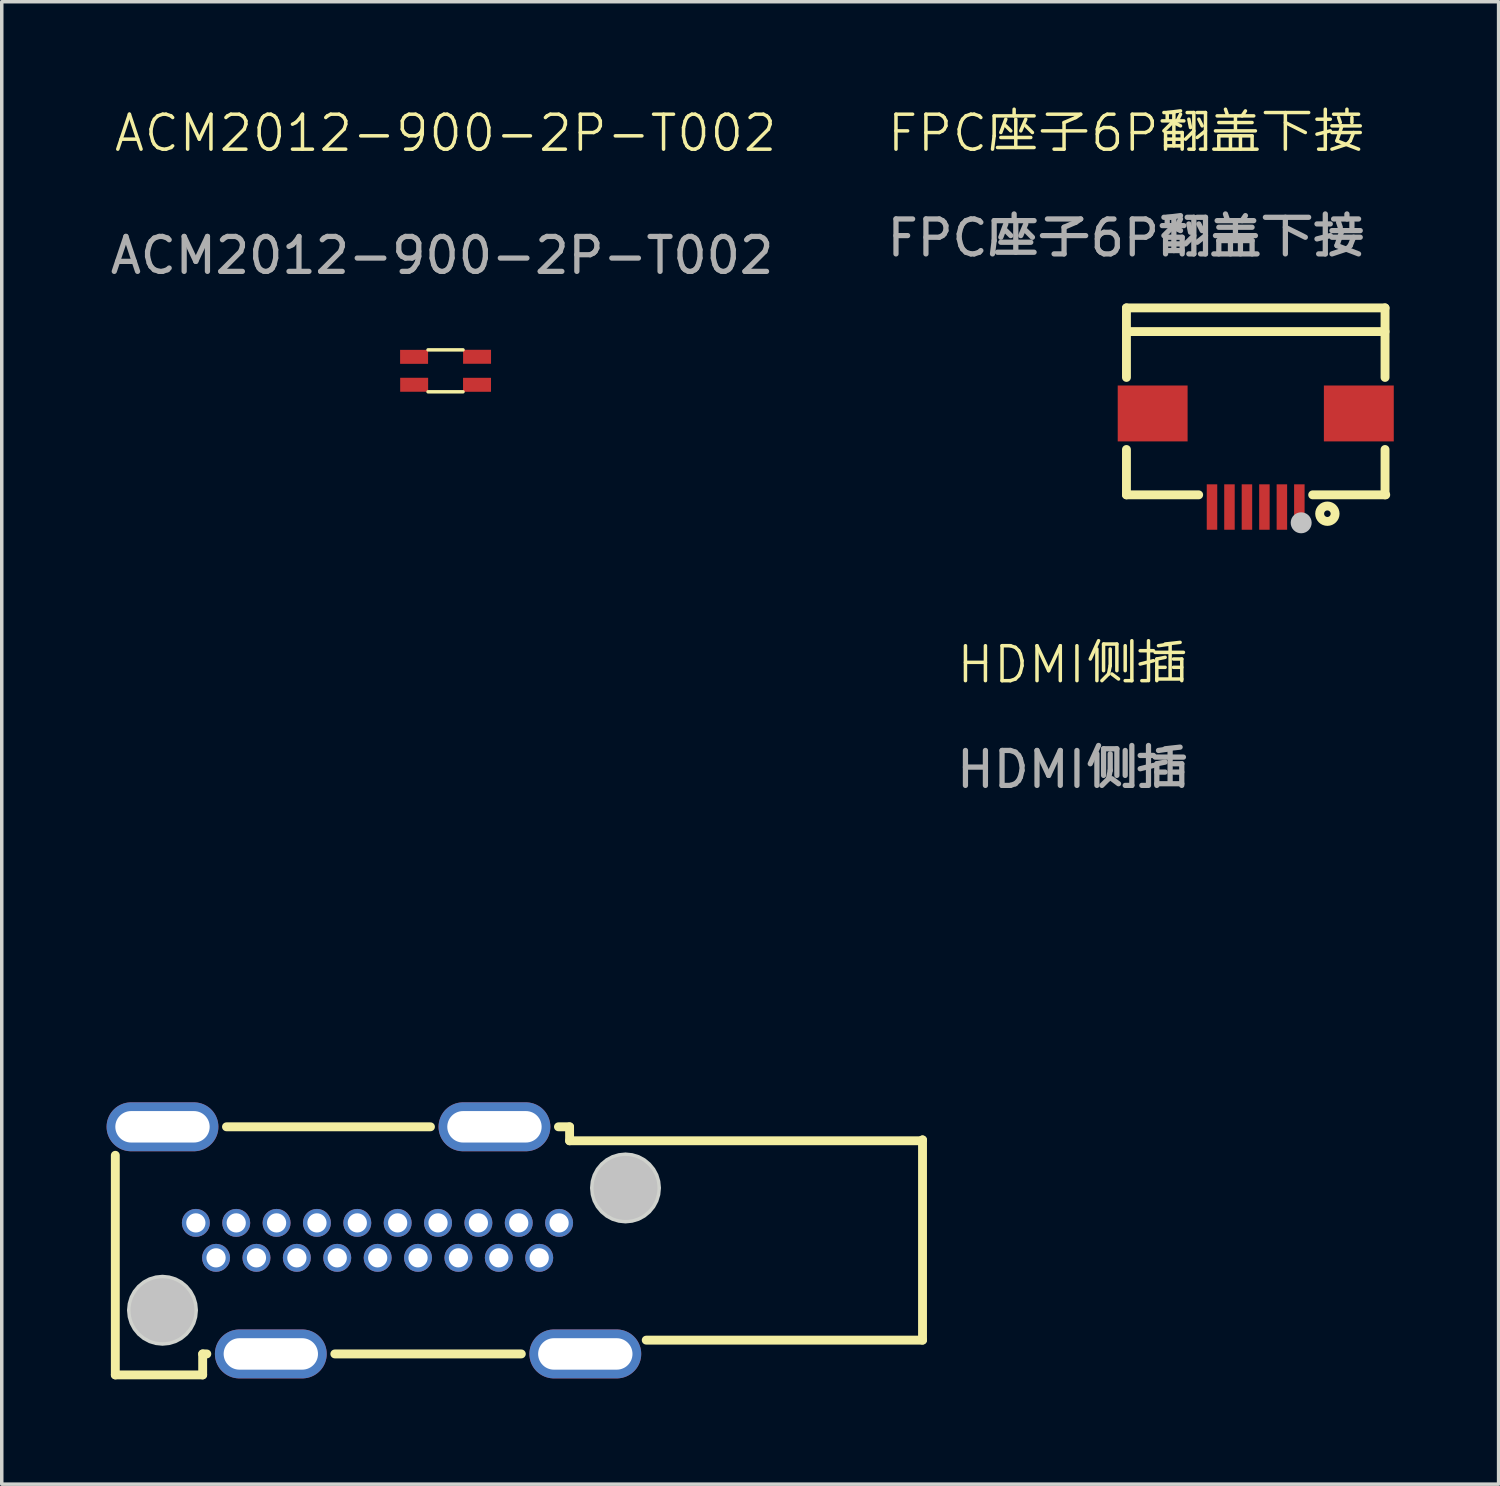
<source format=kicad_pcb>
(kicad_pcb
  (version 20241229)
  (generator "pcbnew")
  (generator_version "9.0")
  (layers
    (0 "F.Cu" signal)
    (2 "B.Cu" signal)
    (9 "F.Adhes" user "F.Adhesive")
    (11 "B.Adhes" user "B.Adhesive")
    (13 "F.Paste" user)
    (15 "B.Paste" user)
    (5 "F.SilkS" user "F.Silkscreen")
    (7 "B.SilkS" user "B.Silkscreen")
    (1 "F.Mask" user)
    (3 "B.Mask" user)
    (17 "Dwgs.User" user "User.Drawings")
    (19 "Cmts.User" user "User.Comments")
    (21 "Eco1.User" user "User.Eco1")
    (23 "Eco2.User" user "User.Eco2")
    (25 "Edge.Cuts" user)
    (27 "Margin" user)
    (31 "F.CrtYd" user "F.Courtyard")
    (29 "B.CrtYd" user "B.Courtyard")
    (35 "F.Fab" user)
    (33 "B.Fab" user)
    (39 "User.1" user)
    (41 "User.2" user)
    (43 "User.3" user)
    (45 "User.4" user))
  (footprint "HDMI侧插"
    (layer "F.Cu")
    (at 23.35 29.571)
    (property "Reference" "HDMI侧插" (at 4.3 -13.6 0) (unlocked yes) (layer "F.SilkS") (effects (font (size 1 1) (thickness 0.1))))
    (attr through_hole)
    (fp_line (start -23.1 6.725) (end -23.1 0.44) (stroke (width 0.254) (type default)) (layer "F.SilkS"))
    (fp_line (start -20.6 6.125) (end -20.6 6.725) (stroke (width 0.254) (type default)) (layer "F.SilkS"))
    (fp_line (start -20.6 6.725) (end -23.1 6.725) (stroke (width 0.254) (type default)) (layer "F.SilkS"))
    (fp_line (start -20.481 6.125) (end -20.6 6.125) (stroke (width 0.254) (type default)) (layer "F.SilkS"))
    (fp_line (start -19.919 -0.375) (end -14.081 -0.375) (stroke (width 0.254) (type default)) (layer "F.SilkS"))
    (fp_line (start -11.481 6.125) (end -16.819 6.125) (stroke (width 0.254) (type default)) (layer "F.SilkS"))
    (fp_line (start -10.419 -0.375) (end -10.1 -0.375) (stroke (width 0.254) (type default)) (layer "F.SilkS"))
    (fp_line (start -10.1 -0.375) (end -10.1 0.025) (stroke (width 0.254) (type default)) (layer "F.SilkS"))
    (fp_line (start -10.1 0.025) (end -0.025 0.025) (stroke (width 0.254) (type default)) (layer "F.SilkS"))
    (fp_line (start -0.025 0.025) (end 0 0) (stroke (width 0.254) (type default)) (layer "F.SilkS"))
    (fp_line (start 0 0) (end 0 5.73) (stroke (width 0.254) (type default)) (layer "F.SilkS"))
    (fp_line (start 0 5.73) (end -7.907 5.73) (stroke (width 0.254) (type default)) (layer "F.SilkS"))
    (fp_circle (center -21.75 4.875) (end -21.292 4.875) (stroke (width 0.916) (type default)) (fill no) (layer "Dwgs.User"))
    (fp_circle (center -8.5 1.375) (end -8.042 1.375) (stroke (width 0.916) (type default)) (fill no) (layer "Dwgs.User"))
    (fp_poly (pts (xy -20.734 4.875) (xy -20.754 4.677) (xy -20.811 4.486) (xy -20.905 4.311) (xy -21.032 4.157) (xy -21.186 4.03) (xy -21.361 3.936) (xy -21.552 3.879) (xy -21.75 3.859) (xy -21.948 3.879) (xy -22.139 3.936) (xy -22.314 4.03) (xy -22.468 4.157) (xy -22.595 4.311) (xy -22.689 4.486) (xy -22.746 4.677) (xy -22.766 4.875) (xy -22.746 5.073) (xy -22.689 5.264) (xy -22.595 5.439) (xy -22.468 5.593) (xy -22.314 5.72) (xy -22.139 5.814) (xy -21.948 5.871) (xy -21.75 5.891) (xy -21.552 5.871) (xy -21.361 5.814) (xy -21.186 5.72) (xy -21.032 5.593) (xy -20.905 5.439) (xy -20.811 5.264) (xy -20.754 5.073)) (stroke (width 0) (type default)) (fill yes) (layer "Edge.Cuts"))
    (fp_poly (pts (xy -7.484 1.375) (xy -7.504 1.177) (xy -7.561 0.986) (xy -7.655 0.811) (xy -7.782 0.657) (xy -7.936 0.53) (xy -8.111 0.436) (xy -8.302 0.379) (xy -8.5 0.359) (xy -8.698 0.379) (xy -8.889 0.436) (xy -9.064 0.53) (xy -9.218 0.657) (xy -9.345 0.811) (xy -9.439 0.986) (xy -9.496 1.177) (xy -9.516 1.375) (xy -9.496 1.573) (xy -9.439 1.764) (xy -9.345 1.939) (xy -9.218 2.093) (xy -9.064 2.22) (xy -8.889 2.314) (xy -8.698 2.371) (xy -8.5 2.391) (xy -8.302 2.371) (xy -8.111 2.314) (xy -7.936 2.22) (xy -7.782 2.093) (xy -7.655 1.939) (xy -7.561 1.764) (xy -7.504 1.573)) (stroke (width 0) (type default)) (fill yes) (layer "Edge.Cuts"))
    (fp_rect (start -22.85 -0.625) (end -20.65 -0.125) (stroke (width 0.1) (type default)) (fill no) (layer "User.1"))
    (fp_rect (start -20.945 2.225) (end -20.645 2.525) (stroke (width 0.1) (type default)) (fill no) (layer "User.1"))
    (fp_rect (start -20.366 3.225) (end -20.067 3.525) (stroke (width 0.1) (type default)) (fill no) (layer "User.1"))
    (fp_rect (start -19.79 2.225) (end -19.49 2.525) (stroke (width 0.1) (type default)) (fill no) (layer "User.1"))
    (fp_rect (start -19.75 5.875) (end -17.55 6.375) (stroke (width 0.1) (type default)) (fill no) (layer "User.1"))
    (fp_rect (start -19.211 3.225) (end -18.911 3.525) (stroke (width 0.1) (type default)) (fill no) (layer "User.1"))
    (fp_rect (start -18.635 2.225) (end -18.335 2.525) (stroke (width 0.1) (type default)) (fill no) (layer "User.1"))
    (fp_rect (start -18.055 3.225) (end -17.755 3.525) (stroke (width 0.1) (type default)) (fill no) (layer "User.1"))
    (fp_rect (start -17.48 2.225) (end -17.18 2.525) (stroke (width 0.1) (type default)) (fill no) (layer "User.1"))
    (fp_rect (start -16.899 3.225) (end -16.599 3.525) (stroke (width 0.1) (type default)) (fill no) (layer "User.1"))
    (fp_rect (start -16.325 2.225) (end -16.025 2.525) (stroke (width 0.1) (type default)) (fill no) (layer "User.1"))
    (fp_rect (start -15.742 3.225) (end -15.443 3.525) (stroke (width 0.1) (type default)) (fill no) (layer "User.1"))
    (fp_rect (start -15.17 2.225) (end -14.87 2.525) (stroke (width 0.1) (type default)) (fill no) (layer "User.1"))
    (fp_rect (start -14.586 3.225) (end -14.287 3.525) (stroke (width 0.1) (type default)) (fill no) (layer "User.1"))
    (fp_rect (start -14.015 2.225) (end -13.715 2.525) (stroke (width 0.1) (type default)) (fill no) (layer "User.1"))
    (fp_rect (start -13.431 3.225) (end -13.131 3.525) (stroke (width 0.1) (type default)) (fill no) (layer "User.1"))
    (fp_rect (start -13.35 -0.625) (end -11.15 -0.125) (stroke (width 0.1) (type default)) (fill no) (layer "User.1"))
    (fp_rect (start -12.86 2.225) (end -12.56 2.525) (stroke (width 0.1) (type default)) (fill no) (layer "User.1"))
    (fp_rect (start -12.275 3.225) (end -11.975 3.525) (stroke (width 0.1) (type default)) (fill no) (layer "User.1"))
    (fp_rect (start -11.705 2.225) (end -11.405 2.525) (stroke (width 0.1) (type default)) (fill no) (layer "User.1"))
    (fp_rect (start -11.119 3.225) (end -10.819 3.525) (stroke (width 0.1) (type default)) (fill no) (layer "User.1"))
    (fp_rect (start -10.75 5.875) (end -8.55 6.375) (stroke (width 0.1) (type default)) (fill no) (layer "User.1"))
    (fp_rect (start -10.55 2.225) (end -10.25 2.525) (stroke (width 0.1) (type default)) (fill no) (layer "User.1"))
    (fp_line (start -23.1 -0.975) (end -20.6 -0.975) (stroke (width 0.051) (type default)) (layer "User.2"))
    (fp_line (start -23.1 6.725) (end -23.1 -0.975) (stroke (width 0.051) (type default)) (layer "User.2"))
    (fp_line (start -20.6 -0.975) (end -20.6 -0.38) (stroke (width 0.051) (type default)) (layer "User.2"))
    (fp_line (start -20.6 -0.38) (end -20.595 -0.375) (stroke (width 0.051) (type default)) (layer "User.2"))
    (fp_line (start -20.6 6.125) (end -20.6 6.72) (stroke (width 0.051) (type default)) (layer "User.2"))
    (fp_line (start -20.6 6.72) (end -20.595 6.725) (stroke (width 0.051) (type default)) (layer "User.2"))
    (fp_line (start -20.595 -0.375) (end -10.1 -0.375) (stroke (width 0.051) (type default)) (layer "User.2"))
    (fp_line (start -20.595 6.725) (end -23.1 6.725) (stroke (width 0.051) (type default)) (layer "User.2"))
    (fp_line (start -10.1 -0.375) (end -10.1 0.025) (stroke (width 0.051) (type default)) (layer "User.2"))
    (fp_line (start -10.1 0.025) (end -4 0.025) (stroke (width 0.051) (type default)) (layer "User.2"))
    (fp_line (start -9 5.725) (end -9 6.125) (stroke (width 0.051) (type default)) (layer "User.2"))
    (fp_line (start -9 6.125) (end -20.6 6.125) (stroke (width 0.051) (type default)) (layer "User.2"))
    (fp_line (start -4 0.025) (end -4 0.195) (stroke (width 0.051) (type default)) (layer "User.2"))
    (fp_line (start -4 0.195) (end -0.01 0.205) (stroke (width 0.051) (type default)) (layer "User.2"))
    (fp_line (start -4 5.545) (end -4 5.725) (stroke (width 0.051) (type default)) (layer "User.2"))
    (fp_line (start -4 5.725) (end -9 5.725) (stroke (width 0.051) (type default)) (layer "User.2"))
    (fp_line (start -0.01 0.205) (end 0 0.195) (stroke (width 0.051) (type default)) (layer "User.2"))
    (fp_line (start 0 0.195) (end 0 5.545) (stroke (width 0.051) (type default)) (layer "User.2"))
    (fp_line (start 0 5.545) (end -4 5.545) (stroke (width 0.051) (type default)) (layer "User.2"))
    (fp_poly (pts (xy 0.06 -0.975) (xy 0.042 -1.017) (xy 0 -1.035) (xy -0.042 -1.017) (xy -0.06 -0.975) (xy -0.042 -0.933) (xy 0 -0.915) (xy 0.042 -0.933)) (stroke (width 0.1) (type default)) (fill no) (layer "User.3"))
    (fp_text user "${REFERENCE}" (at 4.3 -10.6 0) (unlocked yes) (layer "F.Fab") (effects (font (size 1 1) (thickness 0.15))))
    (pad "1" thru_hole circle (at -10.4 2.375) (size 0.8 0.8) (drill 0.55) (layers "*.Cu" "*.Mask"))
    (pad "2" thru_hole circle (at -10.969 3.375) (size 0.8 0.8) (drill 0.55) (layers "*.Cu" "*.Mask"))
    (pad "3" thru_hole circle (at -11.555 2.375) (size 0.8 0.8) (drill 0.55) (layers "*.Cu" "*.Mask"))
    (pad "4" thru_hole circle (at -12.125 3.375) (size 0.8 0.8) (drill 0.55) (layers "*.Cu" "*.Mask"))
    (pad "5" thru_hole circle (at -12.71 2.375) (size 0.8 0.8) (drill 0.55) (layers "*.Cu" "*.Mask"))
    (pad "6" thru_hole circle (at -13.281 3.375) (size 0.8 0.8) (drill 0.55) (layers "*.Cu" "*.Mask"))
    (pad "7" thru_hole circle (at -13.865 2.375) (size 0.8 0.8) (drill 0.55) (layers "*.Cu" "*.Mask"))
    (pad "8" thru_hole circle (at -14.437 3.375) (size 0.8 0.8) (drill 0.55) (layers "*.Cu" "*.Mask"))
    (pad "9" thru_hole circle (at -15.02 2.375) (size 0.8 0.8) (drill 0.55) (layers "*.Cu" "*.Mask"))
    (pad "10" thru_hole circle (at -15.592 3.375) (size 0.8 0.8) (drill 0.55) (layers "*.Cu" "*.Mask"))
    (pad "11" thru_hole circle (at -16.175 2.375) (size 0.8 0.8) (drill 0.55) (layers "*.Cu" "*.Mask"))
    (pad "12" thru_hole circle (at -16.749 3.375) (size 0.8 0.8) (drill 0.55) (layers "*.Cu" "*.Mask"))
    (pad "13" thru_hole circle (at -17.33 2.375) (size 0.8 0.8) (drill 0.55) (layers "*.Cu" "*.Mask"))
    (pad "14" thru_hole circle (at -17.905 3.375) (size 0.8 0.8) (drill 0.55) (layers "*.Cu" "*.Mask"))
    (pad "15" thru_hole circle (at -18.485 2.375) (size 0.8 0.8) (drill 0.55) (layers "*.Cu" "*.Mask"))
    (pad "16" thru_hole circle (at -19.061 3.375) (size 0.8 0.8) (drill 0.55) (layers "*.Cu" "*.Mask"))
    (pad "17" thru_hole circle (at -19.64 2.375) (size 0.8 0.8) (drill 0.55) (layers "*.Cu" "*.Mask"))
    (pad "18" thru_hole circle (at -20.217 3.375) (size 0.8 0.8) (drill 0.55) (layers "*.Cu" "*.Mask"))
    (pad "19" thru_hole circle (at -20.795 2.375) (size 0.8 0.8) (drill 0.55) (layers "*.Cu" "*.Mask"))
    (pad "20" thru_hole oval (at -21.75 -0.375) (size 3.2 1.4) (drill oval 2.7 0.9) (layers "*.Cu" "*.Mask"))
    (pad "20" thru_hole oval (at -18.65 6.125) (size 3.2 1.4) (drill oval 2.7 0.9) (layers "*.Cu" "*.Mask"))
    (pad "20" thru_hole oval (at -12.25 -0.375) (size 3.2 1.4) (drill oval 2.7 0.9) (layers "*.Cu" "*.Mask"))
    (pad "20" thru_hole oval (at -9.65 6.125) (size 3.2 1.4) (drill oval 2.7 0.9) (layers "*.Cu" "*.Mask")))
  (footprint "FPC座子6P翻盖下接"
    (layer "F.Cu")
    (at 29.186 5.761)
    (property "Reference" "FPC座子6P翻盖下接" (at 0 -5 0) (unlocked yes) (layer "F.SilkS") (effects (font (size 1 1) (thickness 0.1))))
    (attr smd)
    (fp_line (start 0 0) (end 0 1.99) (stroke (width 0.254) (type default)) (layer "F.SilkS"))
    (fp_line (start 0 4.052) (end 0 5.35) (stroke (width 0.254) (type default)) (layer "F.SilkS"))
    (fp_line (start 0 5.35) (end 2.067 5.35) (stroke (width 0.254) (type default)) (layer "F.SilkS"))
    (fp_line (start 5.329 5.35) (end 7.42 5.35) (stroke (width 0.254) (type default)) (layer "F.SilkS"))
    (fp_line (start 7.4 0) (end 0 0) (stroke (width 0.254) (type default)) (layer "F.SilkS"))
    (fp_line (start 7.4 0.678) (end 0 0.678) (stroke (width 0.254) (type default)) (layer "F.SilkS"))
    (fp_line (start 7.4 1.99) (end 7.4 0) (stroke (width 0.254) (type default)) (layer "F.SilkS"))
    (fp_line (start 7.4 5.35) (end 7.4 4.052) (stroke (width 0.254) (type default)) (layer "F.SilkS"))
    (fp_circle (center 5.75 5.89) (end 5.529 5.89) (stroke (width 0.254) (type default)) (fill no) (layer "F.SilkS"))
    (fp_circle (center 5 6.15) (end 4.85 6.15) (stroke (width 0.3) (type default)) (fill no) (layer "Dwgs.User"))
    (fp_rect (start 0.05 2.569) (end 1.45 3.569) (stroke (width 0.1) (type default)) (fill no) (layer "User.1"))
    (fp_rect (start 2.348 5.299) (end 2.548 6.099) (stroke (width 0.1) (type default)) (fill no) (layer "User.1"))
    (fp_rect (start 2.848 5.299) (end 3.048 6.099) (stroke (width 0.1) (type default)) (fill no) (layer "User.1"))
    (fp_rect (start 3.348 5.299) (end 3.548 6.099) (stroke (width 0.1) (type default)) (fill no) (layer "User.1"))
    (fp_rect (start 3.848 5.299) (end 4.048 6.099) (stroke (width 0.1) (type default)) (fill no) (layer "User.1"))
    (fp_rect (start 4.348 5.299) (end 4.548 6.099) (stroke (width 0.1) (type default)) (fill no) (layer "User.1"))
    (fp_rect (start 4.848 5.299) (end 5.048 6.099) (stroke (width 0.1) (type default)) (fill no) (layer "User.1"))
    (fp_rect (start 5.95 2.569) (end 7.35 3.569) (stroke (width 0.1) (type default)) (fill no) (layer "User.1"))
    (fp_line (start 0 -0.001) (end 7.4 -0.001) (stroke (width 0.051) (type default)) (layer "User.2"))
    (fp_line (start 0 5.349) (end 0 -0.001) (stroke (width 0.051) (type default)) (layer "User.2"))
    (fp_line (start 7.4 -0.001) (end 7.4 5.349) (stroke (width 0.051) (type default)) (layer "User.2"))
    (fp_line (start 7.4 5.349) (end 0 5.349) (stroke (width 0.051) (type default)) (layer "User.2"))
    (fp_poly (pts (xy 7.34 6.099) (xy 7.358 6.141) (xy 7.4 6.159) (xy 7.442 6.141) (xy 7.46 6.099) (xy 7.442 6.057) (xy 7.4 6.039) (xy 7.358 6.057)) (stroke (width 0.1) (type default)) (fill no) (layer "User.3"))
    (fp_text user "${REFERENCE}" (at 0 -2 0) (unlocked yes) (layer "F.Fab") (effects (font (size 1 1) (thickness 0.15))))
    (pad "1" smd rect (at 4.948 5.699) (size 0.3 1.3) (layers "F.Cu" "F.Mask" "F.Paste"))
    (pad "2" smd rect (at 4.448 5.699) (size 0.3 1.3) (layers "F.Cu" "F.Mask" "F.Paste"))
    (pad "3" smd rect (at 3.948 5.699) (size 0.3 1.3) (layers "F.Cu" "F.Mask" "F.Paste"))
    (pad "4" smd rect (at 3.448 5.699) (size 0.3 1.3) (layers "F.Cu" "F.Mask" "F.Paste"))
    (pad "5" smd rect (at 2.948 5.699) (size 0.3 1.3) (layers "F.Cu" "F.Mask" "F.Paste"))
    (pad "6" smd rect (at 2.448 5.699) (size 0.3 1.3) (layers "F.Cu" "F.Mask" "F.Paste"))
    (pad "7" smd rect (at 6.65 3.021 270) (size 1.6 2) (layers "F.Cu" "F.Mask" "F.Paste"))
    (pad "8" smd rect (at 0.75 3.021 270) (size 1.6 2) (layers "F.Cu" "F.Mask" "F.Paste")))
  (footprint "ACM2012-900-2P-T002"
    (layer "F.Cu")
    (at 9.701 7.561)
    (property "Reference" "ACM2012-900-2P-T002" (at 0 -6.8 0) (unlocked yes) (layer "F.SilkS") (effects (font (size 1 1) (thickness 0.1))))
    (attr smd)
    (fp_line (start -0.501 -0.599) (end 0.499 -0.599) (stroke (width 0.1) (type default)) (layer "F.SilkS"))
    (fp_line (start -0.501 0.601) (end 0.499 0.601) (stroke (width 0.1) (type default)) (layer "F.SilkS"))
    (fp_poly (pts (xy -0.6 -0.55) (xy -0.6 -0.251) (xy -1 -0.251) (xy -1 -0.55)) (stroke (width 0.1) (type default)) (fill no) (layer "User.1"))
    (fp_poly (pts (xy -0.6 0.251) (xy -0.6 0.551) (xy -1 0.551) (xy -1 0.251)) (stroke (width 0.1) (type default)) (fill no) (layer "User.1"))
    (fp_poly (pts (xy 0.6 -0.249) (xy 0.6 -0.549) (xy 1 -0.549) (xy 1 -0.249)) (stroke (width 0.1) (type default)) (fill no) (layer "User.1"))
    (fp_poly (pts (xy 0.601 0.553) (xy 0.601 0.253) (xy 1 0.253) (xy 1 0.553)) (stroke (width 0.1) (type default)) (fill no) (layer "User.1"))
    (fp_line (start -1 -0.6) (end 1 -0.6) (stroke (width 0.051) (type default)) (layer "User.2"))
    (fp_line (start -1 0.601) (end -1 -0.6) (stroke (width 0.051) (type default)) (layer "User.2"))
    (fp_line (start 1 -0.6) (end 1 0.601) (stroke (width 0.051) (type default)) (layer "User.2"))
    (fp_line (start 1 0.601) (end -1 0.601) (stroke (width 0.051) (type default)) (layer "User.2"))
    (fp_poly (pts (xy -0.98 -0.6) (xy -0.985 -0.614) (xy -1 -0.62) (xy -1.014 -0.614) (xy -1.02 -0.6) (xy -1.014 -0.585) (xy -1 -0.58) (xy -0.985 -0.585)) (stroke (width 0.1) (type default)) (fill no) (layer "User.3"))
    (fp_text user "${REFERENCE}" (at -0.1 -3.3 0) (unlocked yes) (layer "F.Fab") (effects (font (size 1 1) (thickness 0.15))))
    (pad "1" smd rect (at -0.901 -0.399 90) (size 0.4 0.8) (layers "F.Cu" "F.Mask" "F.Paste"))
    (pad "2" smd rect (at -0.899 0.4 90) (size 0.4 0.8) (layers "F.Cu" "F.Mask" "F.Paste"))
    (pad "3" smd rect (at 0.9 0.401 90) (size 0.4 0.8) (layers "F.Cu" "F.Mask" "F.Paste"))
    (pad "4" smd rect (at 0.901 -0.401 90) (size 0.4 0.8) (layers "F.Cu" "F.Mask" "F.Paste")))
  (gr_rect
    (start -3 -3)
    (end 39.836 39.423)
    (stroke (width 0.1) (type default))
    (fill no)
    (layer "Edge.Cuts")))
</source>
